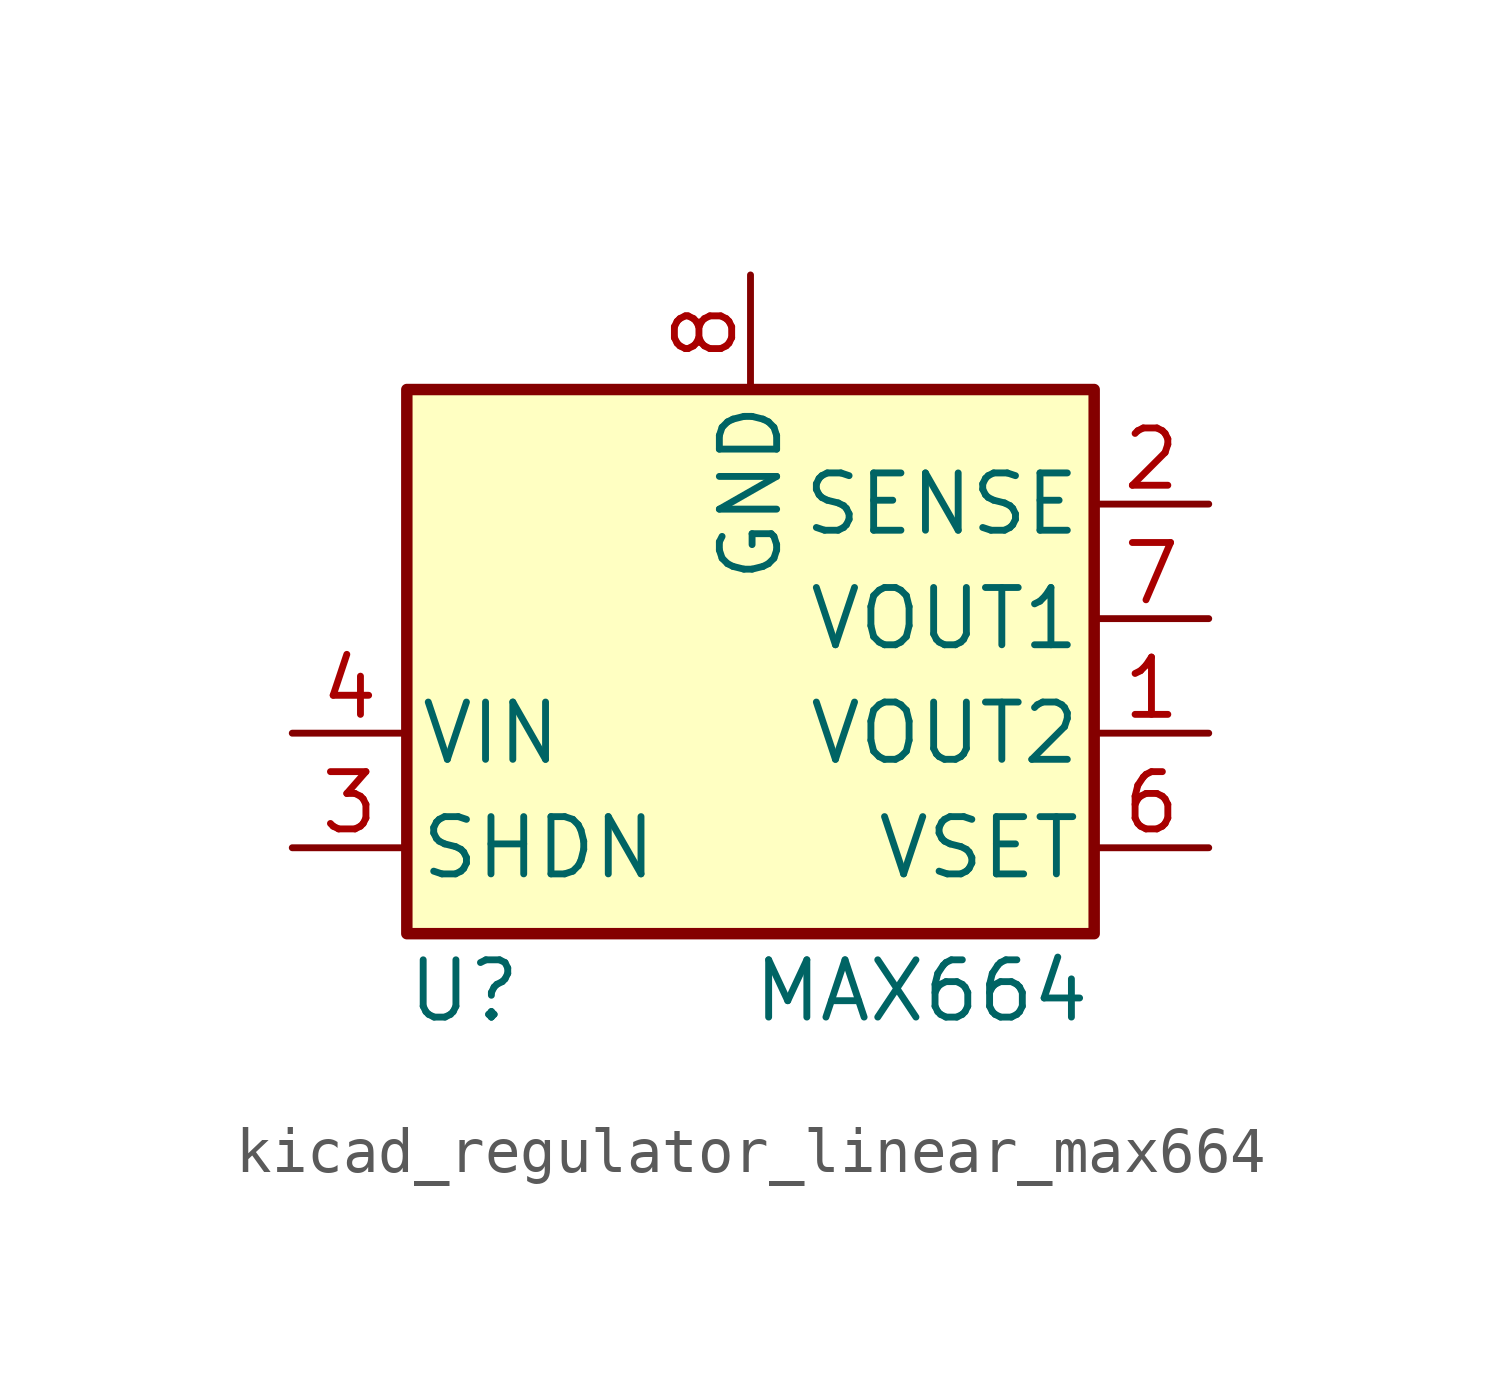
<source format=kicad_sym>
(kicad_symbol_lib
  (version 20220914)
  (generator kicad_symbol_editor)
  (symbol "kicad_regulator_linear_max664"
    (pin_names
      (offset 0.254))
    (property "Reference" "U"
      (at -6.35 -8.255 0)
      (effects (font (size 1.27 1.27))))
    (property "Value" "MAX664"
      (at 0 -8.255 0)
      (effects (font (size 1.27 1.27)) (justify left)))
    (symbol "kicad_regulator_linear_max664_0_1"
      (rectangle (start -7.62 -6.985) (end 7.62 5.08) (stroke (width 0.254) (type default)) (fill (type background))))
    (symbol "kicad_regulator_linear_max664_1_1"
      (pin power_out line (at 10.16 -2.54 180) (length 2.54) (name "VOUT2" (effects (font (size 1.27 1.27)))) (number "1" (effects (font (size 1.27 1.27)))))
      (pin input line (at 10.16 2.54 180) (length 2.54) (name "SENSE" (effects (font (size 1.27 1.27)))) (number "2" (effects (font (size 1.27 1.27)))))
      (pin input line (at -10.16 -5.08 0) (length 2.54) (name "SHDN" (effects (font (size 1.27 1.27)))) (number "3" (effects (font (size 1.27 1.27)))))
      (pin power_in line (at -10.16 -2.54 0) (length 2.54) (name "VIN" (effects (font (size 1.27 1.27)))) (number "4" (effects (font (size 1.27 1.27)))))
      (pin input line (at -10.16 -5.08 0) (length 2.54) hide (name "SHDN" (effects (font (size 1.27 1.27)))) (number "5" (effects (font (size 1.27 1.27)))))
      (pin input line (at 10.16 -5.08 180) (length 2.54) (name "VSET" (effects (font (size 1.27 1.27)))) (number "6" (effects (font (size 1.27 1.27)))))
      (pin power_out line (at 10.16 0 180) (length 2.54) (name "VOUT1" (effects (font (size 1.27 1.27)))) (number "7" (effects (font (size 1.27 1.27)))))
      (pin power_in line (at 0 7.62 270) (length 2.54) (name "GND" (effects (font (size 1.27 1.27)))) (number "8" (effects (font (size 1.27 1.27))))))))
</source>
